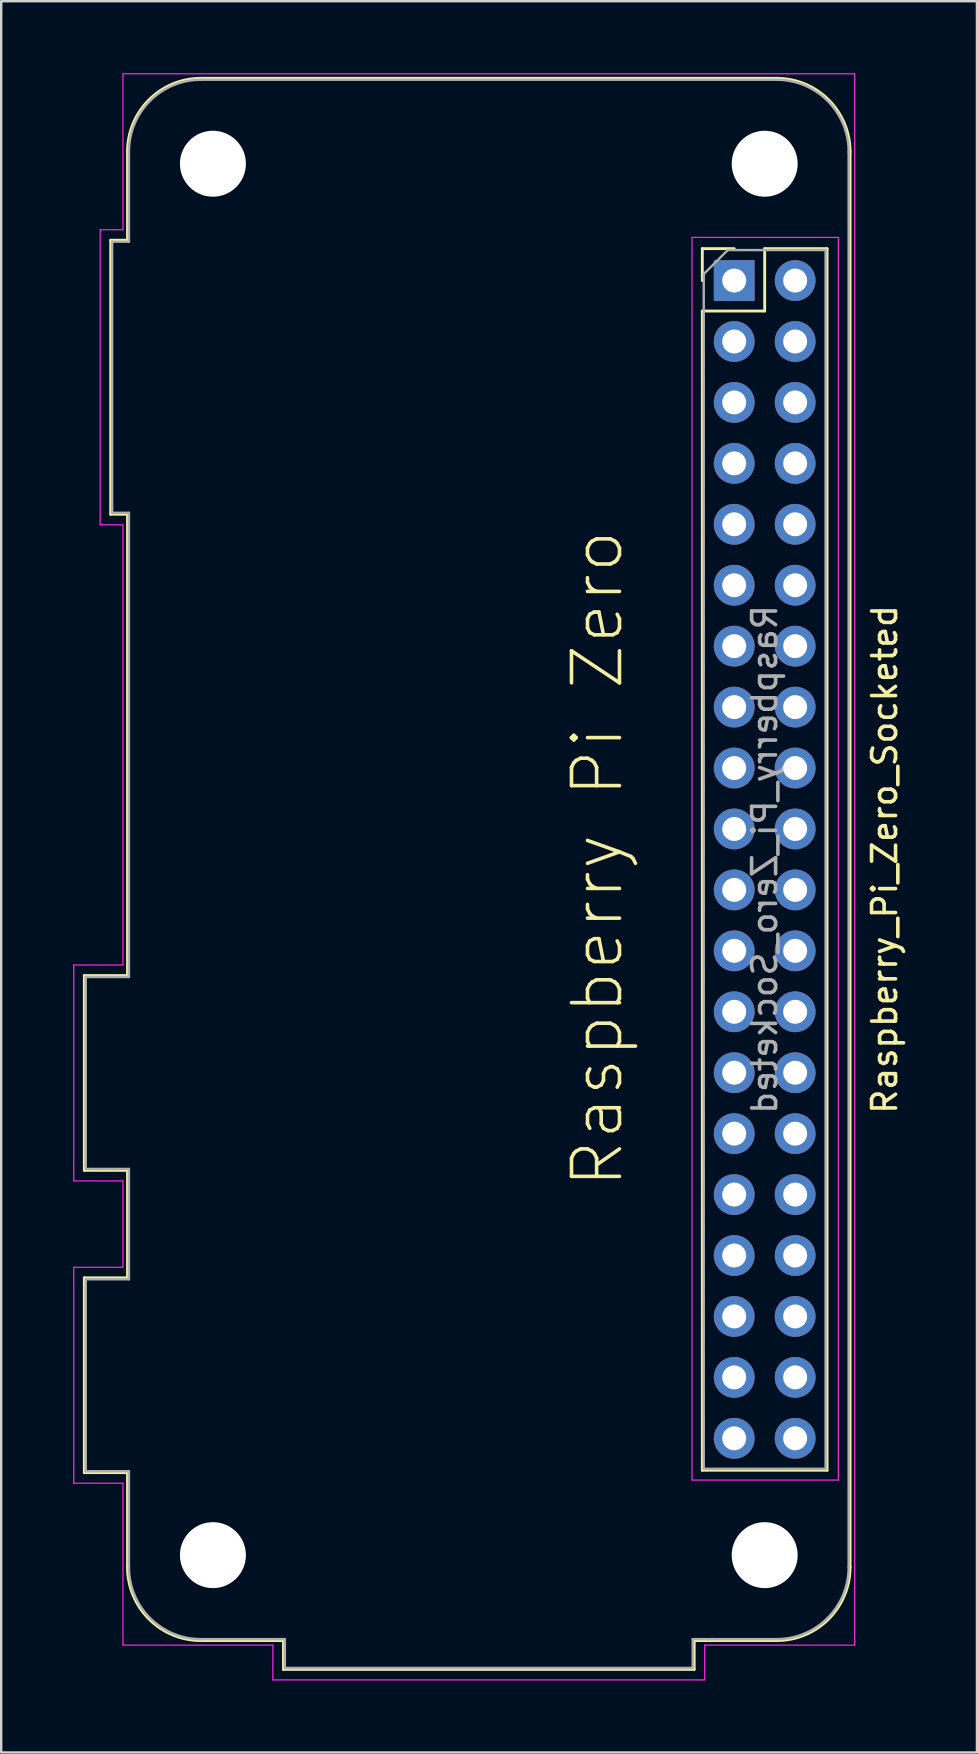
<source format=kicad_pcb>
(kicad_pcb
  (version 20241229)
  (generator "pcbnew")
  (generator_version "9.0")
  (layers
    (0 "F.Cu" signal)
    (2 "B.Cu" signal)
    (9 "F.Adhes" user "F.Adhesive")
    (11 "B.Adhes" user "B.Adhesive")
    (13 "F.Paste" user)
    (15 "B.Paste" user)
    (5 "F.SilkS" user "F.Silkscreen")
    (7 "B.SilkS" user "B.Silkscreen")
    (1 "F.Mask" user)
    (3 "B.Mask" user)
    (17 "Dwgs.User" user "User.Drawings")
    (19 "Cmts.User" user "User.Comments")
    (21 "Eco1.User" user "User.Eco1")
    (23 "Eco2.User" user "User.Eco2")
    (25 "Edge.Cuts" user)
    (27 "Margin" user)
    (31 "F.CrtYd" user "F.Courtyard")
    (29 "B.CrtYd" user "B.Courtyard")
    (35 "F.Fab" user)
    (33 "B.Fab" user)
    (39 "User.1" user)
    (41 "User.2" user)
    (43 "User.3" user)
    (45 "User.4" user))
  (footprint "Raspberry_Pi_Zero_Socketed"
    (layer "F.Cu")
    (at 27.555 8.645)
    (property "Reference" "Raspberry_Pi_Zero_Socketed" (at 6.27 24.13 90) (layer "F.SilkS") (effects (font (size 1 1) (thickness 0.15))))
    (attr through_hole)
    (fp_line (start -27.09 28.97) (end -25.29 28.97) (stroke (width 0.12) (type solid)) (layer "F.SilkS"))
    (fp_line (start -27.09 37.09) (end -27.09 28.97) (stroke (width 0.12) (type solid)) (layer "F.SilkS"))
    (fp_line (start -27.09 41.57) (end -25.29 41.57) (stroke (width 0.12) (type solid)) (layer "F.SilkS"))
    (fp_line (start -27.09 49.69) (end -27.09 41.57) (stroke (width 0.12) (type solid)) (layer "F.SilkS"))
    (fp_line (start -25.99 -1.68) (end -25.29 -1.68) (stroke (width 0.12) (type solid)) (layer "F.SilkS"))
    (fp_line (start -25.99 9.74) (end -25.99 -1.68) (stroke (width 0.12) (type solid)) (layer "F.SilkS"))
    (fp_line (start -25.29 -1.68) (end -25.29 -5.37) (stroke (width 0.12) (type solid)) (layer "F.SilkS"))
    (fp_line (start -25.29 9.74) (end -25.99 9.74) (stroke (width 0.12) (type solid)) (layer "F.SilkS"))
    (fp_line (start -25.29 28.97) (end -25.29 9.74) (stroke (width 0.12) (type solid)) (layer "F.SilkS"))
    (fp_line (start -25.29 37.09) (end -27.09 37.09) (stroke (width 0.12) (type solid)) (layer "F.SilkS"))
    (fp_line (start -25.29 41.57) (end -25.29 37.09) (stroke (width 0.12) (type solid)) (layer "F.SilkS"))
    (fp_line (start -25.29 49.69) (end -27.09 49.69) (stroke (width 0.12) (type solid)) (layer "F.SilkS"))
    (fp_line (start -25.29 53.63) (end -25.29 49.69) (stroke (width 0.12) (type solid)) (layer "F.SilkS"))
    (fp_line (start -18.79 56.69) (end -22.23 56.69) (stroke (width 0.12) (type solid)) (layer "F.SilkS"))
    (fp_line (start -18.79 57.89) (end -18.79 56.69) (stroke (width 0.12) (type solid)) (layer "F.SilkS"))
    (fp_line (start -1.67 56.69) (end -1.67 57.89) (stroke (width 0.12) (type solid)) (layer "F.SilkS"))
    (fp_line (start -1.67 56.69) (end 1.77 56.69) (stroke (width 0.12) (type solid)) (layer "F.SilkS"))
    (fp_line (start -1.67 57.89) (end -18.79 57.89) (stroke (width 0.12) (type solid)) (layer "F.SilkS"))
    (fp_line (start -1.33 -1.33) (end -1.33 0) (stroke (width 0.12) (type solid)) (layer "F.SilkS"))
    (fp_line (start -1.33 1.27) (end -1.33 49.59) (stroke (width 0.12) (type solid)) (layer "F.SilkS"))
    (fp_line (start 0 -1.33) (end -1.33 -1.33) (stroke (width 0.12) (type solid)) (layer "F.SilkS"))
    (fp_line (start 1.27 -1.33) (end 1.27 1.27) (stroke (width 0.12) (type solid)) (layer "F.SilkS"))
    (fp_line (start 1.27 1.27) (end -1.33 1.27) (stroke (width 0.12) (type solid)) (layer "F.SilkS"))
    (fp_line (start 1.77 -8.43) (end -22.23 -8.43) (stroke (width 0.12) (type solid)) (layer "F.SilkS"))
    (fp_line (start 3.87 -1.33) (end 1.27 -1.33) (stroke (width 0.12) (type solid)) (layer "F.SilkS"))
    (fp_line (start 3.87 -1.33) (end 3.87 49.59) (stroke (width 0.12) (type solid)) (layer "F.SilkS"))
    (fp_line (start 3.87 49.59) (end -1.33 49.59) (stroke (width 0.12) (type solid)) (layer "F.SilkS"))
    (fp_line (start 4.83 53.63) (end 4.83 -5.37) (stroke (width 0.12) (type solid)) (layer "F.SilkS"))
    (fp_arc (start -25.290002 -5.370002) (mid -24.393747 -7.533748) (end -22.23 -8.43) (stroke (width 0.12) (type solid)) (layer "F.SilkS"))
    (fp_arc (start -22.23 56.69) (mid -24.393747 55.793747) (end -25.29 53.63) (stroke (width 0.12) (type solid)) (layer "F.SilkS"))
    (fp_arc (start 1.770002 -8.430002) (mid 3.933748 -7.533747) (end 4.83 -5.37) (stroke (width 0.12) (type solid)) (layer "F.SilkS"))
    (fp_arc (start 4.83 53.63) (mid 3.933747 55.793747) (end 1.77 56.69) (stroke (width 0.12) (type solid)) (layer "F.SilkS"))
    (fp_line (start -27.53 28.53) (end -25.48 28.53) (stroke (width 0.05) (type solid)) (layer "F.CrtYd"))
    (fp_line (start -27.53 37.53) (end -27.53 28.53) (stroke (width 0.05) (type solid)) (layer "F.CrtYd"))
    (fp_line (start -27.53 37.53) (end -25.48 37.53) (stroke (width 0.05) (type solid)) (layer "F.CrtYd"))
    (fp_line (start -27.53 41.13) (end -25.48 41.13) (stroke (width 0.05) (type solid)) (layer "F.CrtYd"))
    (fp_line (start -27.53 50.13) (end -27.53 41.13) (stroke (width 0.05) (type solid)) (layer "F.CrtYd"))
    (fp_line (start -27.53 50.13) (end -25.48 50.13) (stroke (width 0.05) (type solid)) (layer "F.CrtYd"))
    (fp_line (start -26.43 -2.12) (end -26.43 10.18) (stroke (width 0.05) (type solid)) (layer "F.CrtYd"))
    (fp_line (start -26.43 -2.12) (end -25.48 -2.12) (stroke (width 0.05) (type solid)) (layer "F.CrtYd"))
    (fp_line (start -26.43 10.18) (end -25.48 10.18) (stroke (width 0.05) (type solid)) (layer "F.CrtYd"))
    (fp_line (start -25.48 -2.12) (end -25.48 -8.62) (stroke (width 0.05) (type solid)) (layer "F.CrtYd"))
    (fp_line (start -25.48 28.53) (end -25.48 10.18) (stroke (width 0.05) (type solid)) (layer "F.CrtYd"))
    (fp_line (start -25.48 37.53) (end -25.48 41.13) (stroke (width 0.05) (type solid)) (layer "F.CrtYd"))
    (fp_line (start -25.48 50.13) (end -25.48 56.88) (stroke (width 0.05) (type solid)) (layer "F.CrtYd"))
    (fp_line (start -19.23 56.88) (end -25.48 56.88) (stroke (width 0.05) (type solid)) (layer "F.CrtYd"))
    (fp_line (start -19.23 58.33) (end -19.23 56.88) (stroke (width 0.05) (type solid)) (layer "F.CrtYd"))
    (fp_line (start -19.23 58.33) (end -1.23 58.33) (stroke (width 0.05) (type solid)) (layer "F.CrtYd"))
    (fp_line (start -1.76 -1.8) (end -1.76 50) (stroke (width 0.05) (type solid)) (layer "F.CrtYd"))
    (fp_line (start -1.76 50) (end 4.34 50) (stroke (width 0.05) (type solid)) (layer "F.CrtYd"))
    (fp_line (start -1.23 58.33) (end -1.23 56.88) (stroke (width 0.05) (type solid)) (layer "F.CrtYd"))
    (fp_line (start 4.34 -1.8) (end -1.76 -1.8) (stroke (width 0.05) (type solid)) (layer "F.CrtYd"))
    (fp_line (start 4.34 50) (end 4.34 -1.8) (stroke (width 0.05) (type solid)) (layer "F.CrtYd"))
    (fp_line (start 5.02 -8.62) (end -25.48 -8.62) (stroke (width 0.05) (type solid)) (layer "F.CrtYd"))
    (fp_line (start 5.02 56.88) (end -1.23 56.88) (stroke (width 0.05) (type solid)) (layer "F.CrtYd"))
    (fp_line (start 5.02 56.88) (end 5.02 -8.62) (stroke (width 0.05) (type solid)) (layer "F.CrtYd"))
    (fp_line (start -27.03 29.03) (end -25.23 29.03) (stroke (width 0.1) (type solid)) (layer "F.Fab"))
    (fp_line (start -27.03 37.03) (end -27.03 29.03) (stroke (width 0.1) (type solid)) (layer "F.Fab"))
    (fp_line (start -27.03 41.63) (end -25.23 41.63) (stroke (width 0.1) (type solid)) (layer "F.Fab"))
    (fp_line (start -27.03 49.63) (end -27.03 41.63) (stroke (width 0.1) (type solid)) (layer "F.Fab"))
    (fp_line (start -25.93 9.68) (end -25.93 -1.62) (stroke (width 0.1) (type solid)) (layer "F.Fab"))
    (fp_line (start -25.23 -1.62) (end -25.93 -1.62) (stroke (width 0.1) (type solid)) (layer "F.Fab"))
    (fp_line (start -25.23 -1.62) (end -25.23 -5.37) (stroke (width 0.1) (type solid)) (layer "F.Fab"))
    (fp_line (start -25.23 9.68) (end -25.93 9.68) (stroke (width 0.1) (type solid)) (layer "F.Fab"))
    (fp_line (start -25.23 29.03) (end -25.23 9.68) (stroke (width 0.1) (type solid)) (layer "F.Fab"))
    (fp_line (start -25.23 37.03) (end -27.03 37.03) (stroke (width 0.1) (type solid)) (layer "F.Fab"))
    (fp_line (start -25.23 41.63) (end -25.23 37.03) (stroke (width 0.1) (type solid)) (layer "F.Fab"))
    (fp_line (start -25.23 49.63) (end -27.03 49.63) (stroke (width 0.1) (type solid)) (layer "F.Fab"))
    (fp_line (start -25.23 49.63) (end -25.23 53.63) (stroke (width 0.1) (type solid)) (layer "F.Fab"))
    (fp_line (start -22.23 56.63) (end -18.73 56.63) (stroke (width 0.1) (type solid)) (layer "F.Fab"))
    (fp_line (start -18.73 56.63) (end -18.73 57.83) (stroke (width 0.1) (type solid)) (layer "F.Fab"))
    (fp_line (start -1.73 56.63) (end -1.73 57.83) (stroke (width 0.1) (type solid)) (layer "F.Fab"))
    (fp_line (start -1.73 57.83) (end -18.73 57.83) (stroke (width 0.1) (type solid)) (layer "F.Fab"))
    (fp_line (start -1.27 -0.27) (end -1.27 49.53) (stroke (width 0.1) (type solid)) (layer "F.Fab"))
    (fp_line (start -1.27 49.53) (end 3.81 49.53) (stroke (width 0.1) (type solid)) (layer "F.Fab"))
    (fp_line (start -0.27 -1.27) (end -1.27 -0.27) (stroke (width 0.1) (type solid)) (layer "F.Fab"))
    (fp_line (start 1.77 -8.37) (end -22.23 -8.37) (stroke (width 0.1) (type solid)) (layer "F.Fab"))
    (fp_line (start 1.77 56.63) (end -1.73 56.63) (stroke (width 0.1) (type solid)) (layer "F.Fab"))
    (fp_line (start 3.81 -1.27) (end -0.27 -1.27) (stroke (width 0.1) (type solid)) (layer "F.Fab"))
    (fp_line (start 3.81 49.53) (end 3.81 -1.27) (stroke (width 0.1) (type solid)) (layer "F.Fab"))
    (fp_line (start 4.77 53.63) (end 4.77 -5.37) (stroke (width 0.1) (type solid)) (layer "F.Fab"))
    (fp_arc (start -25.23 -5.37) (mid -24.35132 -7.49132) (end -22.23 -8.37) (stroke (width 0.1) (type solid)) (layer "F.Fab"))
    (fp_arc (start -22.23 56.63) (mid -24.35132 55.75132) (end -25.23 53.63) (stroke (width 0.1) (type solid)) (layer "F.Fab"))
    (fp_arc (start 1.77 -8.37) (mid 3.89132 -7.49132) (end 4.77 -5.37) (stroke (width 0.1) (type solid)) (layer "F.Fab"))
    (fp_arc (start 4.77 53.63) (mid 3.89132 55.75132) (end 1.77 56.63) (stroke (width 0.1) (type solid)) (layer "F.Fab"))
    (fp_text user "Raspberry Pi Zero" (at -5.7 24.1 90) (unlocked yes) (layer "F.SilkS") (effects (font (size 2 2) (thickness 0.15))))
    (fp_text user "${REFERENCE}" (at 1.27 24.13 270) (layer "F.Fab") (effects (font (size 1 1) (thickness 0.15)) (justify mirror)))
    (pad "" np_thru_hole circle (at -21.73 -4.87 270) (size 2.75 2.75) (drill 2.75) (layers "*.Cu" "*.Mask"))
    (pad "" np_thru_hole circle (at -21.73 53.13 270) (size 2.75 2.75) (drill 2.75) (layers "*.Cu" "*.Mask"))
    (pad "" np_thru_hole circle (at 1.27 -4.87 270) (size 2.75 2.75) (drill 2.75) (layers "*.Cu" "*.Mask"))
    (pad "" np_thru_hole circle (at 1.27 53.13 270) (size 2.75 2.75) (drill 2.75) (layers "*.Cu" "*.Mask"))
    (pad "1" thru_hole rect (at 0 0) (size 1.7 1.7) (drill 1) (layers "*.Cu" "*.Mask"))
    (pad "2" thru_hole oval (at 2.54 0) (size 1.7 1.7) (drill 1) (layers "*.Cu" "*.Mask"))
    (pad "3" thru_hole oval (at 0 2.54) (size 1.7 1.7) (drill 1) (layers "*.Cu" "*.Mask"))
    (pad "4" thru_hole oval (at 2.54 2.54) (size 1.7 1.7) (drill 1) (layers "*.Cu" "*.Mask"))
    (pad "5" thru_hole oval (at 0 5.08) (size 1.7 1.7) (drill 1) (layers "*.Cu" "*.Mask"))
    (pad "6" thru_hole oval (at 2.54 5.08) (size 1.7 1.7) (drill 1) (layers "*.Cu" "*.Mask"))
    (pad "7" thru_hole oval (at 0 7.62) (size 1.7 1.7) (drill 1) (layers "*.Cu" "*.Mask"))
    (pad "8" thru_hole oval (at 2.54 7.62) (size 1.7 1.7) (drill 1) (layers "*.Cu" "*.Mask"))
    (pad "9" thru_hole oval (at 0 10.16) (size 1.7 1.7) (drill 1) (layers "*.Cu" "*.Mask"))
    (pad "10" thru_hole oval (at 2.54 10.16) (size 1.7 1.7) (drill 1) (layers "*.Cu" "*.Mask"))
    (pad "11" thru_hole oval (at 0 12.7) (size 1.7 1.7) (drill 1) (layers "*.Cu" "*.Mask"))
    (pad "12" thru_hole oval (at 2.54 12.7) (size 1.7 1.7) (drill 1) (layers "*.Cu" "*.Mask"))
    (pad "13" thru_hole oval (at 0 15.24) (size 1.7 1.7) (drill 1) (layers "*.Cu" "*.Mask"))
    (pad "14" thru_hole oval (at 2.54 15.24) (size 1.7 1.7) (drill 1) (layers "*.Cu" "*.Mask"))
    (pad "15" thru_hole oval (at 0 17.78) (size 1.7 1.7) (drill 1) (layers "*.Cu" "*.Mask"))
    (pad "16" thru_hole oval (at 2.54 17.78) (size 1.7 1.7) (drill 1) (layers "*.Cu" "*.Mask"))
    (pad "17" thru_hole oval (at 0 20.32) (size 1.7 1.7) (drill 1) (layers "*.Cu" "*.Mask"))
    (pad "18" thru_hole oval (at 2.54 20.32) (size 1.7 1.7) (drill 1) (layers "*.Cu" "*.Mask"))
    (pad "19" thru_hole oval (at 0 22.86) (size 1.7 1.7) (drill 1) (layers "*.Cu" "*.Mask"))
    (pad "20" thru_hole oval (at 2.54 22.86) (size 1.7 1.7) (drill 1) (layers "*.Cu" "*.Mask"))
    (pad "21" thru_hole oval (at 0 25.4) (size 1.7 1.7) (drill 1) (layers "*.Cu" "*.Mask"))
    (pad "22" thru_hole oval (at 2.54 25.4) (size 1.7 1.7) (drill 1) (layers "*.Cu" "*.Mask"))
    (pad "23" thru_hole oval (at 0 27.94) (size 1.7 1.7) (drill 1) (layers "*.Cu" "*.Mask"))
    (pad "24" thru_hole oval (at 2.54 27.94) (size 1.7 1.7) (drill 1) (layers "*.Cu" "*.Mask"))
    (pad "25" thru_hole oval (at 0 30.48) (size 1.7 1.7) (drill 1) (layers "*.Cu" "*.Mask"))
    (pad "26" thru_hole oval (at 2.54 30.48) (size 1.7 1.7) (drill 1) (layers "*.Cu" "*.Mask"))
    (pad "27" thru_hole oval (at 0 33.02) (size 1.7 1.7) (drill 1) (layers "*.Cu" "*.Mask"))
    (pad "28" thru_hole oval (at 2.54 33.02) (size 1.7 1.7) (drill 1) (layers "*.Cu" "*.Mask"))
    (pad "29" thru_hole oval (at 0 35.56) (size 1.7 1.7) (drill 1) (layers "*.Cu" "*.Mask"))
    (pad "30" thru_hole oval (at 2.54 35.56) (size 1.7 1.7) (drill 1) (layers "*.Cu" "*.Mask"))
    (pad "31" thru_hole oval (at 0 38.1) (size 1.7 1.7) (drill 1) (layers "*.Cu" "*.Mask"))
    (pad "32" thru_hole oval (at 2.54 38.1) (size 1.7 1.7) (drill 1) (layers "*.Cu" "*.Mask"))
    (pad "33" thru_hole oval (at 0 40.64) (size 1.7 1.7) (drill 1) (layers "*.Cu" "*.Mask"))
    (pad "34" thru_hole oval (at 2.54 40.64) (size 1.7 1.7) (drill 1) (layers "*.Cu" "*.Mask"))
    (pad "35" thru_hole oval (at 0 43.18) (size 1.7 1.7) (drill 1) (layers "*.Cu" "*.Mask"))
    (pad "36" thru_hole oval (at 2.54 43.18) (size 1.7 1.7) (drill 1) (layers "*.Cu" "*.Mask"))
    (pad "37" thru_hole oval (at 0 45.72) (size 1.7 1.7) (drill 1) (layers "*.Cu" "*.Mask"))
    (pad "38" thru_hole oval (at 2.54 45.72) (size 1.7 1.7) (drill 1) (layers "*.Cu" "*.Mask"))
    (pad "39" thru_hole oval (at 0 48.26) (size 1.7 1.7) (drill 1) (layers "*.Cu" "*.Mask"))
    (pad "40" thru_hole oval (at 2.54 48.26) (size 1.7 1.7) (drill 1) (layers "*.Cu" "*.Mask")))
  (gr_rect
    (start -3 -3)
    (end 37.673 70)
    (stroke (width 0.1) (type default))
    (fill no)
    (layer "Edge.Cuts")))
</source>
